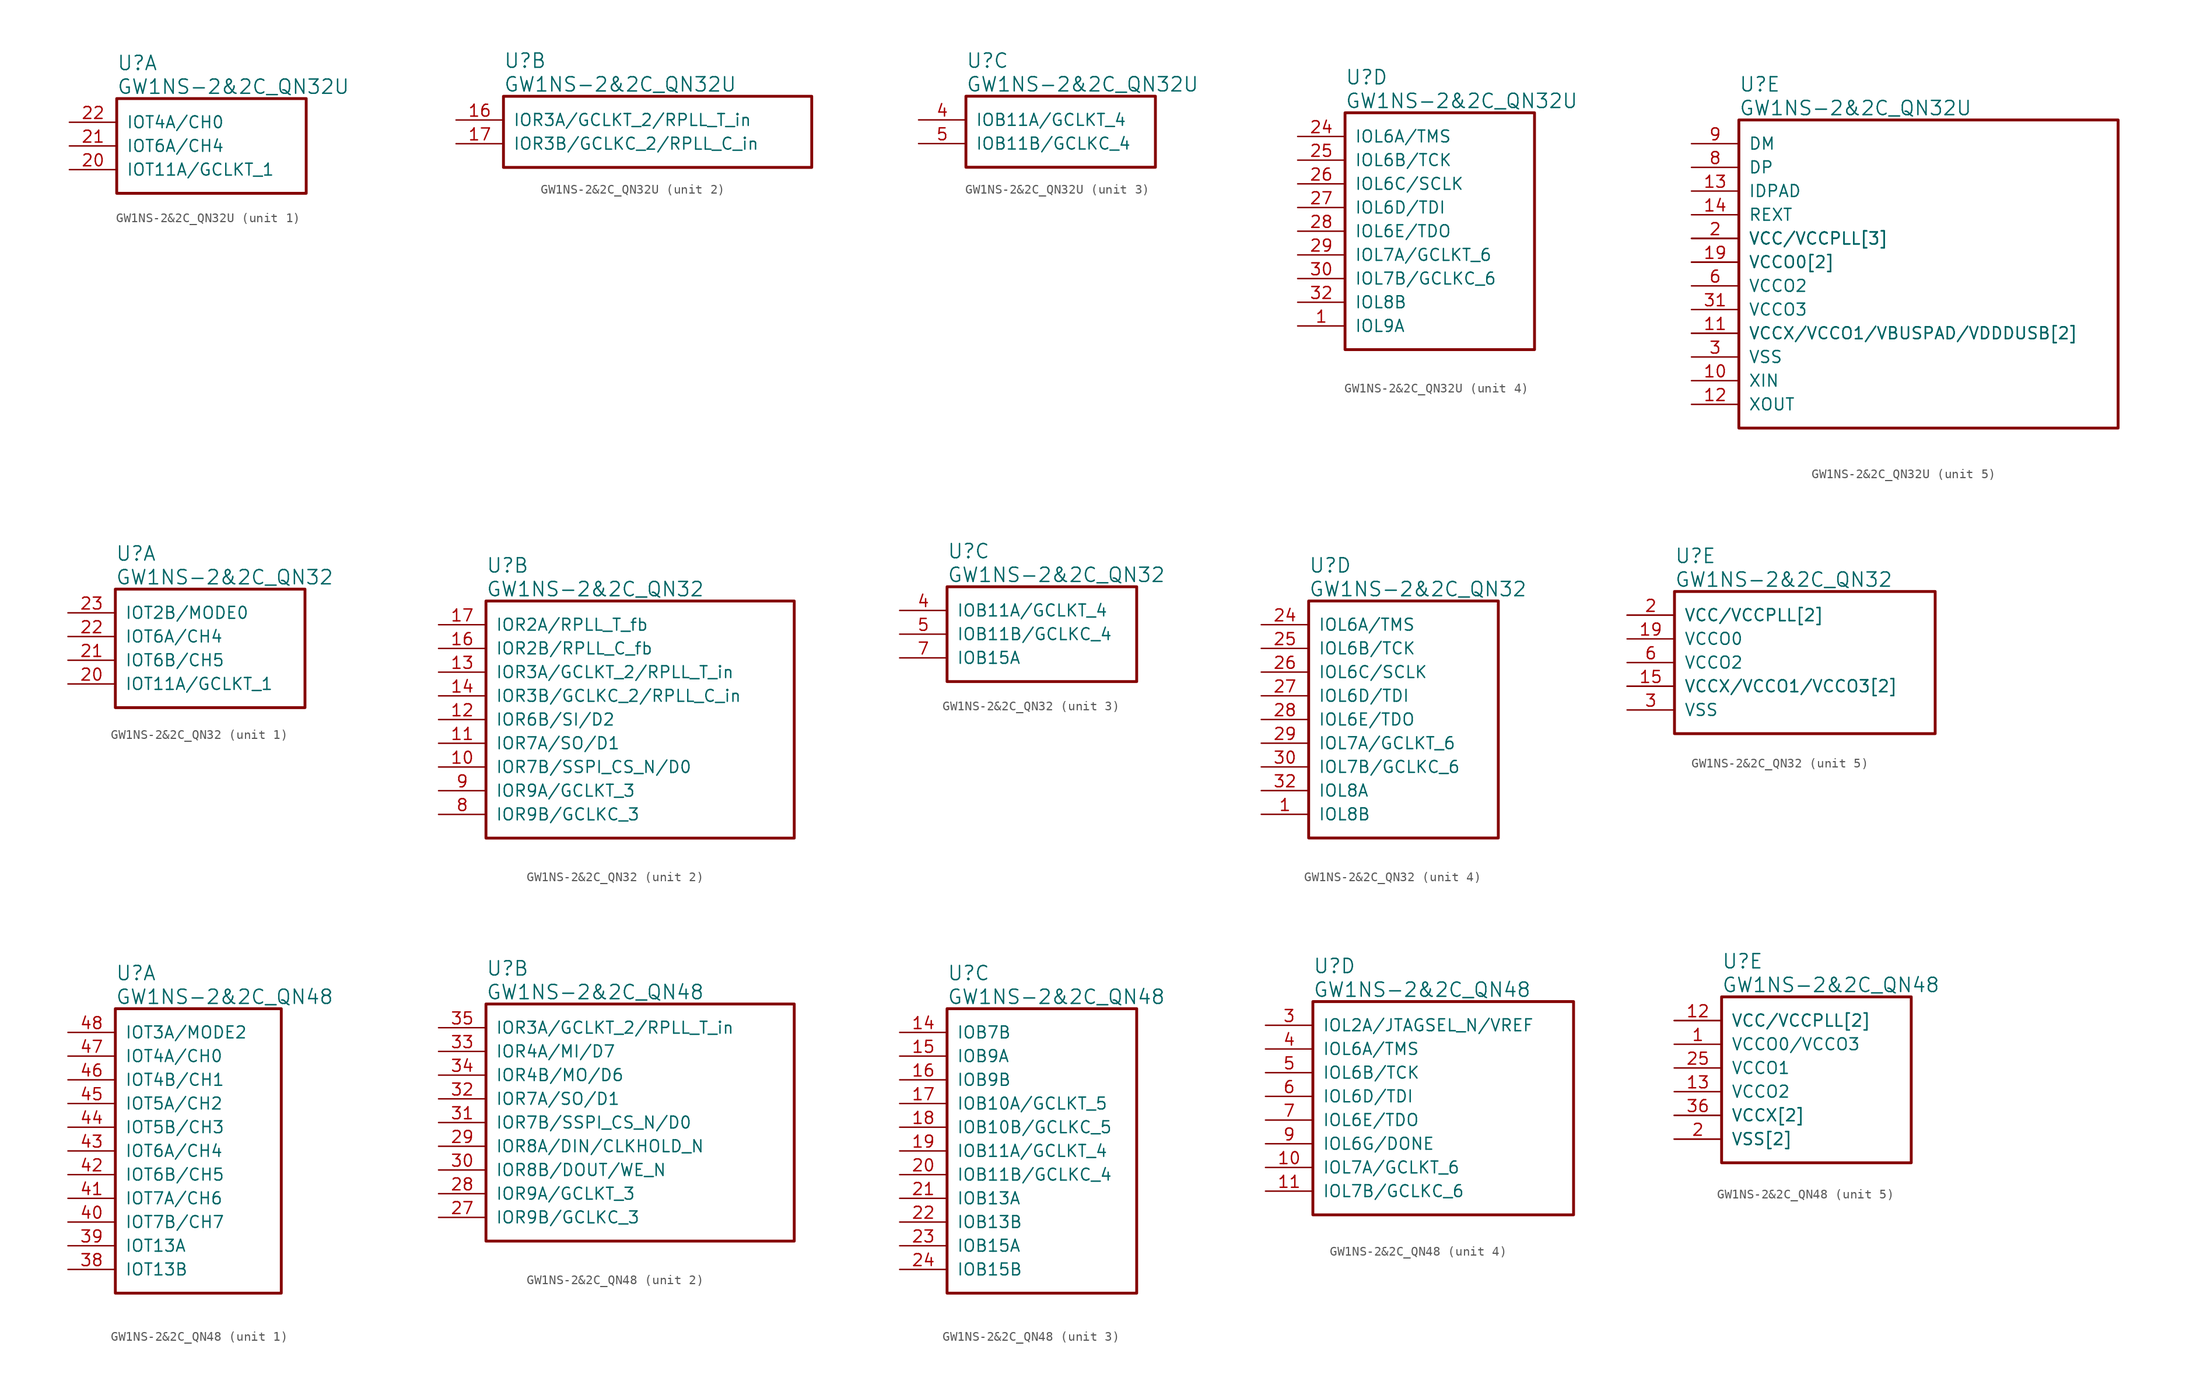
<source format=kicad_sym>
(kicad_symbol_lib
  (version 20241209)
  (generator "kicad_symbol_editor")
  (generator_version "9.0")
  (symbol "GW1NS-2&2C_QN32U"
    (pin_names
      (offset 1.016))
    (property "Reference" "U"
      (at 5.08 6.35 0)
      (effects (font (size 1.524 1.524)) (justify left)))
    (property "Value" "GW1NS-2&2C_QN32U"
      (at 5.08 3.81 0)
      (effects (font (size 1.524 1.524)) (justify left)))
    (property "ki_locked" ""
      (at 0 0 0)
      (effects (font (size 1.27 1.27))))
    (symbol "GW1NS-2&2C_QN32U_1_1"
      (rectangle (start 5.08 2.54) (end 25.4 -7.62) (stroke (width 0.305) (type solid)) (fill (type none)))
      (pin bidirectional line (at 0 0 0) (length 5.08) (name "IOT4A/CH0" (effects (font (size 1.27 1.27)))) (number "22" (effects (font (size 1.27 1.27)))))
      (pin bidirectional line (at 0 -2.54 0) (length 5.08) (name "IOT6A/CH4" (effects (font (size 1.27 1.27)))) (number "21" (effects (font (size 1.27 1.27)))))
      (pin bidirectional line (at 0 -5.08 0) (length 5.08) (name "IOT11A/GCLKT_1" (effects (font (size 1.27 1.27)))) (number "20" (effects (font (size 1.27 1.27))))))
    (symbol "GW1NS-2&2C_QN32U_2_1"
      (rectangle (start 5.08 2.54) (end 38.1 -5.08) (stroke (width 0.305) (type solid)) (fill (type none)))
      (pin bidirectional line (at 0 0 0) (length 5.08) (name "IOR3A/GCLKT_2/RPLL_T_in" (effects (font (size 1.27 1.27)))) (number "16" (effects (font (size 1.27 1.27)))))
      (pin bidirectional line (at 0 -2.54 0) (length 5.08) (name "IOR3B/GCLKC_2/RPLL_C_in" (effects (font (size 1.27 1.27)))) (number "17" (effects (font (size 1.27 1.27))))))
    (symbol "GW1NS-2&2C_QN32U_3_1"
      (rectangle (start 5.08 2.54) (end 25.4 -5.08) (stroke (width 0.305) (type solid)) (fill (type none)))
      (pin bidirectional line (at 0 0 0) (length 5.08) (name "IOB11A/GCLKT_4" (effects (font (size 1.27 1.27)))) (number "4" (effects (font (size 1.27 1.27)))))
      (pin bidirectional line (at 0 -2.54 0) (length 5.08) (name "IOB11B/GCLKC_4" (effects (font (size 1.27 1.27)))) (number "5" (effects (font (size 1.27 1.27))))))
    (symbol "GW1NS-2&2C_QN32U_4_1"
      (rectangle (start 5.08 2.54) (end 25.4 -22.86) (stroke (width 0.305) (type solid)) (fill (type none)))
      (pin bidirectional line (at 0 0 0) (length 5.08) (name "IOL6A/TMS" (effects (font (size 1.27 1.27)))) (number "24" (effects (font (size 1.27 1.27)))))
      (pin bidirectional line (at 0 -2.54 0) (length 5.08) (name "IOL6B/TCK" (effects (font (size 1.27 1.27)))) (number "25" (effects (font (size 1.27 1.27)))))
      (pin bidirectional line (at 0 -5.08 0) (length 5.08) (name "IOL6C/SCLK" (effects (font (size 1.27 1.27)))) (number "26" (effects (font (size 1.27 1.27)))))
      (pin bidirectional line (at 0 -7.62 0) (length 5.08) (name "IOL6D/TDI" (effects (font (size 1.27 1.27)))) (number "27" (effects (font (size 1.27 1.27)))))
      (pin bidirectional line (at 0 -10.16 0) (length 5.08) (name "IOL6E/TDO" (effects (font (size 1.27 1.27)))) (number "28" (effects (font (size 1.27 1.27)))))
      (pin bidirectional line (at 0 -12.7 0) (length 5.08) (name "IOL7A/GCLKT_6" (effects (font (size 1.27 1.27)))) (number "29" (effects (font (size 1.27 1.27)))))
      (pin bidirectional line (at 0 -15.24 0) (length 5.08) (name "IOL7B/GCLKC_6" (effects (font (size 1.27 1.27)))) (number "30" (effects (font (size 1.27 1.27)))))
      (pin bidirectional line (at 0 -17.78 0) (length 5.08) (name "IOL8B" (effects (font (size 1.27 1.27)))) (number "32" (effects (font (size 1.27 1.27)))))
      (pin bidirectional line (at 0 -20.32 0) (length 5.08) (name "IOL9A" (effects (font (size 1.27 1.27)))) (number "1" (effects (font (size 1.27 1.27))))))
    (symbol "GW1NS-2&2C_QN32U_5_1"
      (rectangle (start 5.08 2.54) (end 45.72 -30.48) (stroke (width 0.305) (type solid)) (fill (type none)))
      (pin power_in line (at 0 0 0) (length 5.08) (name "DM" (effects (font (size 1.27 1.27)))) (number "9" (effects (font (size 1.27 1.27)))))
      (pin power_in line (at 0 -2.54 0) (length 5.08) (name "DP" (effects (font (size 1.27 1.27)))) (number "8" (effects (font (size 1.27 1.27)))))
      (pin power_in line (at 0 -5.08 0) (length 5.08) (name "IDPAD" (effects (font (size 1.27 1.27)))) (number "13" (effects (font (size 1.27 1.27)))))
      (pin power_in line (at 0 -7.62 0) (length 5.08) (name "REXT" (effects (font (size 1.27 1.27)))) (number "14" (effects (font (size 1.27 1.27)))))
      (pin power_in line (at 0 -10.16 0) (length 5.08) (name "VCC/VCCPLL[3]" (effects (font (size 1.27 1.27)))) (number "18" (effects (font (size 0 0)))))
      (pin power_in line (at 0 -10.16 0) (length 5.08) (name "VCC/VCCPLL[3]" (effects (font (size 1.27 1.27)))) (number "2" (effects (font (size 1.27 1.27)))))
      (pin power_in line (at 0 -10.16 0) (length 5.08) (name "VCC/VCCPLL[3]" (effects (font (size 1.27 1.27)))) (number "7" (effects (font (size 0 0)))))
      (pin power_in line (at 0 -12.7 0) (length 5.08) (name "VCCO0[2]" (effects (font (size 1.27 1.27)))) (number "19" (effects (font (size 1.27 1.27)))))
      (pin power_in line (at 0 -12.7 0) (length 5.08) (name "VCCO0[2]" (effects (font (size 1.27 1.27)))) (number "23" (effects (font (size 0 0)))))
      (pin power_in line (at 0 -15.24 0) (length 5.08) (name "VCCO2" (effects (font (size 1.27 1.27)))) (number "6" (effects (font (size 1.27 1.27)))))
      (pin power_in line (at 0 -17.78 0) (length 5.08) (name "VCCO3" (effects (font (size 1.27 1.27)))) (number "31" (effects (font (size 1.27 1.27)))))
      (pin power_in line (at 0 -20.32 0) (length 5.08) (name "VCCX/VCCO1/VBUSPAD/VDDDUSB[2]" (effects (font (size 1.27 1.27)))) (number "11" (effects (font (size 1.27 1.27)))))
      (pin power_in line (at 0 -20.32 0) (length 5.08) (name "VCCX/VCCO1/VBUSPAD/VDDDUSB[2]" (effects (font (size 1.27 1.27)))) (number "15" (effects (font (size 0 0)))))
      (pin power_in line (at 0 -22.86 0) (length 5.08) (name "VSS" (effects (font (size 1.27 1.27)))) (number "3" (effects (font (size 1.27 1.27)))))
      (pin power_in line (at 0 -25.4 0) (length 5.08) (name "XIN" (effects (font (size 1.27 1.27)))) (number "10" (effects (font (size 1.27 1.27)))))
      (pin power_in line (at 0 -27.94 0) (length 5.08) (name "XOUT" (effects (font (size 1.27 1.27)))) (number "12" (effects (font (size 1.27 1.27)))))))
  (symbol "GW1NS-2&2C_QN32"
    (pin_names
      (offset 1.016))
    (property "Reference" "U"
      (at 5.08 6.35 0)
      (effects (font (size 1.524 1.524)) (justify left)))
    (property "Value" "GW1NS-2&2C_QN32"
      (at 5.08 3.81 0)
      (effects (font (size 1.524 1.524)) (justify left)))
    (property "ki_locked" ""
      (at 0 0 0)
      (effects (font (size 1.27 1.27))))
    (symbol "GW1NS-2&2C_QN32_1_1"
      (rectangle (start 5.08 2.54) (end 25.4 -10.16) (stroke (width 0.305) (type solid)) (fill (type none)))
      (pin bidirectional line (at 0 0 0) (length 5.08) (name "IOT2B/MODE0" (effects (font (size 1.27 1.27)))) (number "23" (effects (font (size 1.27 1.27)))))
      (pin bidirectional line (at 0 -2.54 0) (length 5.08) (name "IOT6A/CH4" (effects (font (size 1.27 1.27)))) (number "22" (effects (font (size 1.27 1.27)))))
      (pin bidirectional line (at 0 -5.08 0) (length 5.08) (name "IOT6B/CH5" (effects (font (size 1.27 1.27)))) (number "21" (effects (font (size 1.27 1.27)))))
      (pin bidirectional line (at 0 -7.62 0) (length 5.08) (name "IOT11A/GCLKT_1" (effects (font (size 1.27 1.27)))) (number "20" (effects (font (size 1.27 1.27))))))
    (symbol "GW1NS-2&2C_QN32_2_1"
      (rectangle (start 5.08 2.54) (end 38.1 -22.86) (stroke (width 0.305) (type solid)) (fill (type none)))
      (pin bidirectional line (at 0 0 0) (length 5.08) (name "IOR2A/RPLL_T_fb" (effects (font (size 1.27 1.27)))) (number "17" (effects (font (size 1.27 1.27)))))
      (pin bidirectional line (at 0 -2.54 0) (length 5.08) (name "IOR2B/RPLL_C_fb" (effects (font (size 1.27 1.27)))) (number "16" (effects (font (size 1.27 1.27)))))
      (pin bidirectional line (at 0 -5.08 0) (length 5.08) (name "IOR3A/GCLKT_2/RPLL_T_in" (effects (font (size 1.27 1.27)))) (number "13" (effects (font (size 1.27 1.27)))))
      (pin bidirectional line (at 0 -7.62 0) (length 5.08) (name "IOR3B/GCLKC_2/RPLL_C_in" (effects (font (size 1.27 1.27)))) (number "14" (effects (font (size 1.27 1.27)))))
      (pin bidirectional line (at 0 -10.16 0) (length 5.08) (name "IOR6B/SI/D2" (effects (font (size 1.27 1.27)))) (number "12" (effects (font (size 1.27 1.27)))))
      (pin bidirectional line (at 0 -12.7 0) (length 5.08) (name "IOR7A/SO/D1" (effects (font (size 1.27 1.27)))) (number "11" (effects (font (size 1.27 1.27)))))
      (pin bidirectional line (at 0 -15.24 0) (length 5.08) (name "IOR7B/SSPI_CS_N/D0" (effects (font (size 1.27 1.27)))) (number "10" (effects (font (size 1.27 1.27)))))
      (pin bidirectional line (at 0 -17.78 0) (length 5.08) (name "IOR9A/GCLKT_3" (effects (font (size 1.27 1.27)))) (number "9" (effects (font (size 1.27 1.27)))))
      (pin bidirectional line (at 0 -20.32 0) (length 5.08) (name "IOR9B/GCLKC_3" (effects (font (size 1.27 1.27)))) (number "8" (effects (font (size 1.27 1.27))))))
    (symbol "GW1NS-2&2C_QN32_3_1"
      (rectangle (start 5.08 2.54) (end 25.4 -7.62) (stroke (width 0.305) (type solid)) (fill (type none)))
      (pin bidirectional line (at 0 0 0) (length 5.08) (name "IOB11A/GCLKT_4" (effects (font (size 1.27 1.27)))) (number "4" (effects (font (size 1.27 1.27)))))
      (pin bidirectional line (at 0 -2.54 0) (length 5.08) (name "IOB11B/GCLKC_4" (effects (font (size 1.27 1.27)))) (number "5" (effects (font (size 1.27 1.27)))))
      (pin bidirectional line (at 0 -5.08 0) (length 5.08) (name "IOB15A" (effects (font (size 1.27 1.27)))) (number "7" (effects (font (size 1.27 1.27))))))
    (symbol "GW1NS-2&2C_QN32_4_1"
      (rectangle (start 5.08 2.54) (end 25.4 -22.86) (stroke (width 0.305) (type solid)) (fill (type none)))
      (pin bidirectional line (at 0 0 0) (length 5.08) (name "IOL6A/TMS" (effects (font (size 1.27 1.27)))) (number "24" (effects (font (size 1.27 1.27)))))
      (pin bidirectional line (at 0 -2.54 0) (length 5.08) (name "IOL6B/TCK" (effects (font (size 1.27 1.27)))) (number "25" (effects (font (size 1.27 1.27)))))
      (pin bidirectional line (at 0 -5.08 0) (length 5.08) (name "IOL6C/SCLK" (effects (font (size 1.27 1.27)))) (number "26" (effects (font (size 1.27 1.27)))))
      (pin bidirectional line (at 0 -7.62 0) (length 5.08) (name "IOL6D/TDI" (effects (font (size 1.27 1.27)))) (number "27" (effects (font (size 1.27 1.27)))))
      (pin bidirectional line (at 0 -10.16 0) (length 5.08) (name "IOL6E/TDO" (effects (font (size 1.27 1.27)))) (number "28" (effects (font (size 1.27 1.27)))))
      (pin bidirectional line (at 0 -12.7 0) (length 5.08) (name "IOL7A/GCLKT_6" (effects (font (size 1.27 1.27)))) (number "29" (effects (font (size 1.27 1.27)))))
      (pin bidirectional line (at 0 -15.24 0) (length 5.08) (name "IOL7B/GCLKC_6" (effects (font (size 1.27 1.27)))) (number "30" (effects (font (size 1.27 1.27)))))
      (pin bidirectional line (at 0 -17.78 0) (length 5.08) (name "IOL8A" (effects (font (size 1.27 1.27)))) (number "32" (effects (font (size 1.27 1.27)))))
      (pin bidirectional line (at 0 -20.32 0) (length 5.08) (name "IOL8B" (effects (font (size 1.27 1.27)))) (number "1" (effects (font (size 1.27 1.27))))))
    (symbol "GW1NS-2&2C_QN32_5_1"
      (rectangle (start 5.08 2.54) (end 33.02 -12.7) (stroke (width 0.305) (type solid)) (fill (type none)))
      (pin power_in line (at 0 0 0) (length 5.08) (name "VCC/VCCPLL[2]" (effects (font (size 1.27 1.27)))) (number "18" (effects (font (size 0 0)))))
      (pin power_in line (at 0 0 0) (length 5.08) (name "VCC/VCCPLL[2]" (effects (font (size 1.27 1.27)))) (number "2" (effects (font (size 1.27 1.27)))))
      (pin power_in line (at 0 -2.54 0) (length 5.08) (name "VCCO0" (effects (font (size 1.27 1.27)))) (number "19" (effects (font (size 1.27 1.27)))))
      (pin power_in line (at 0 -5.08 0) (length 5.08) (name "VCCO2" (effects (font (size 1.27 1.27)))) (number "6" (effects (font (size 1.27 1.27)))))
      (pin power_in line (at 0 -7.62 0) (length 5.08) (name "VCCX/VCCO1/VCCO3[2]" (effects (font (size 1.27 1.27)))) (number "15" (effects (font (size 1.27 1.27)))))
      (pin power_in line (at 0 -7.62 0) (length 5.08) (name "VCCX/VCCO1/VCCO3[2]" (effects (font (size 1.27 1.27)))) (number "31" (effects (font (size 0 0)))))
      (pin power_in line (at 0 -10.16 0) (length 5.08) (name "VSS" (effects (font (size 1.27 1.27)))) (number "3" (effects (font (size 1.27 1.27)))))))
  (symbol "GW1NS-2&2C_QN48"
    (pin_names
      (offset 1.016))
    (property "Reference" "U"
      (at 5.08 6.35 0)
      (effects (font (size 1.524 1.524)) (justify left)))
    (property "Value" "GW1NS-2&2C_QN48"
      (at 5.08 3.81 0)
      (effects (font (size 1.524 1.524)) (justify left)))
    (property "ki_locked" ""
      (at 0 0 0)
      (effects (font (size 1.27 1.27))))
    (symbol "GW1NS-2&2C_QN48_1_1"
      (rectangle (start 5.08 2.54) (end 22.86 -27.94) (stroke (width 0.305) (type solid)) (fill (type none)))
      (pin bidirectional line (at 0 0 0) (length 5.08) (name "IOT3A/MODE2" (effects (font (size 1.27 1.27)))) (number "48" (effects (font (size 1.27 1.27)))))
      (pin bidirectional line (at 0 -2.54 0) (length 5.08) (name "IOT4A/CH0" (effects (font (size 1.27 1.27)))) (number "47" (effects (font (size 1.27 1.27)))))
      (pin bidirectional line (at 0 -5.08 0) (length 5.08) (name "IOT4B/CH1" (effects (font (size 1.27 1.27)))) (number "46" (effects (font (size 1.27 1.27)))))
      (pin bidirectional line (at 0 -7.62 0) (length 5.08) (name "IOT5A/CH2" (effects (font (size 1.27 1.27)))) (number "45" (effects (font (size 1.27 1.27)))))
      (pin bidirectional line (at 0 -10.16 0) (length 5.08) (name "IOT5B/CH3" (effects (font (size 1.27 1.27)))) (number "44" (effects (font (size 1.27 1.27)))))
      (pin bidirectional line (at 0 -12.7 0) (length 5.08) (name "IOT6A/CH4" (effects (font (size 1.27 1.27)))) (number "43" (effects (font (size 1.27 1.27)))))
      (pin bidirectional line (at 0 -15.24 0) (length 5.08) (name "IOT6B/CH5" (effects (font (size 1.27 1.27)))) (number "42" (effects (font (size 1.27 1.27)))))
      (pin bidirectional line (at 0 -17.78 0) (length 5.08) (name "IOT7A/CH6" (effects (font (size 1.27 1.27)))) (number "41" (effects (font (size 1.27 1.27)))))
      (pin bidirectional line (at 0 -20.32 0) (length 5.08) (name "IOT7B/CH7" (effects (font (size 1.27 1.27)))) (number "40" (effects (font (size 1.27 1.27)))))
      (pin bidirectional line (at 0 -22.86 0) (length 5.08) (name "IOT13A" (effects (font (size 1.27 1.27)))) (number "39" (effects (font (size 1.27 1.27)))))
      (pin bidirectional line (at 0 -25.4 0) (length 5.08) (name "IOT13B" (effects (font (size 1.27 1.27)))) (number "38" (effects (font (size 1.27 1.27))))))
    (symbol "GW1NS-2&2C_QN48_2_1"
      (rectangle (start 5.08 2.54) (end 38.1 -22.86) (stroke (width 0.305) (type solid)) (fill (type none)))
      (pin bidirectional line (at 0 0 0) (length 5.08) (name "IOR3A/GCLKT_2/RPLL_T_in" (effects (font (size 1.27 1.27)))) (number "35" (effects (font (size 1.27 1.27)))))
      (pin bidirectional line (at 0 -2.54 0) (length 5.08) (name "IOR4A/MI/D7" (effects (font (size 1.27 1.27)))) (number "33" (effects (font (size 1.27 1.27)))))
      (pin bidirectional line (at 0 -5.08 0) (length 5.08) (name "IOR4B/MO/D6" (effects (font (size 1.27 1.27)))) (number "34" (effects (font (size 1.27 1.27)))))
      (pin bidirectional line (at 0 -7.62 0) (length 5.08) (name "IOR7A/SO/D1" (effects (font (size 1.27 1.27)))) (number "32" (effects (font (size 1.27 1.27)))))
      (pin bidirectional line (at 0 -10.16 0) (length 5.08) (name "IOR7B/SSPI_CS_N/D0" (effects (font (size 1.27 1.27)))) (number "31" (effects (font (size 1.27 1.27)))))
      (pin bidirectional line (at 0 -12.7 0) (length 5.08) (name "IOR8A/DIN/CLKHOLD_N" (effects (font (size 1.27 1.27)))) (number "29" (effects (font (size 1.27 1.27)))))
      (pin bidirectional line (at 0 -15.24 0) (length 5.08) (name "IOR8B/DOUT/WE_N" (effects (font (size 1.27 1.27)))) (number "30" (effects (font (size 1.27 1.27)))))
      (pin bidirectional line (at 0 -17.78 0) (length 5.08) (name "IOR9A/GCLKT_3" (effects (font (size 1.27 1.27)))) (number "28" (effects (font (size 1.27 1.27)))))
      (pin bidirectional line (at 0 -20.32 0) (length 5.08) (name "IOR9B/GCLKC_3" (effects (font (size 1.27 1.27)))) (number "27" (effects (font (size 1.27 1.27))))))
    (symbol "GW1NS-2&2C_QN48_3_1"
      (rectangle (start 5.08 2.54) (end 25.4 -27.94) (stroke (width 0.305) (type solid)) (fill (type none)))
      (pin bidirectional line (at 0 0 0) (length 5.08) (name "IOB7B" (effects (font (size 1.27 1.27)))) (number "14" (effects (font (size 1.27 1.27)))))
      (pin bidirectional line (at 0 -2.54 0) (length 5.08) (name "IOB9A" (effects (font (size 1.27 1.27)))) (number "15" (effects (font (size 1.27 1.27)))))
      (pin bidirectional line (at 0 -5.08 0) (length 5.08) (name "IOB9B" (effects (font (size 1.27 1.27)))) (number "16" (effects (font (size 1.27 1.27)))))
      (pin bidirectional line (at 0 -7.62 0) (length 5.08) (name "IOB10A/GCLKT_5" (effects (font (size 1.27 1.27)))) (number "17" (effects (font (size 1.27 1.27)))))
      (pin bidirectional line (at 0 -10.16 0) (length 5.08) (name "IOB10B/GCLKC_5" (effects (font (size 1.27 1.27)))) (number "18" (effects (font (size 1.27 1.27)))))
      (pin bidirectional line (at 0 -12.7 0) (length 5.08) (name "IOB11A/GCLKT_4" (effects (font (size 1.27 1.27)))) (number "19" (effects (font (size 1.27 1.27)))))
      (pin bidirectional line (at 0 -15.24 0) (length 5.08) (name "IOB11B/GCLKC_4" (effects (font (size 1.27 1.27)))) (number "20" (effects (font (size 1.27 1.27)))))
      (pin bidirectional line (at 0 -17.78 0) (length 5.08) (name "IOB13A" (effects (font (size 1.27 1.27)))) (number "21" (effects (font (size 1.27 1.27)))))
      (pin bidirectional line (at 0 -20.32 0) (length 5.08) (name "IOB13B" (effects (font (size 1.27 1.27)))) (number "22" (effects (font (size 1.27 1.27)))))
      (pin bidirectional line (at 0 -22.86 0) (length 5.08) (name "IOB15A" (effects (font (size 1.27 1.27)))) (number "23" (effects (font (size 1.27 1.27)))))
      (pin bidirectional line (at 0 -25.4 0) (length 5.08) (name "IOB15B" (effects (font (size 1.27 1.27)))) (number "24" (effects (font (size 1.27 1.27))))))
    (symbol "GW1NS-2&2C_QN48_4_1"
      (rectangle (start 5.08 2.54) (end 33.02 -20.32) (stroke (width 0.305) (type solid)) (fill (type none)))
      (pin bidirectional line (at 0 0 0) (length 5.08) (name "IOL2A/JTAGSEL_N/VREF" (effects (font (size 1.27 1.27)))) (number "3" (effects (font (size 1.27 1.27)))))
      (pin bidirectional line (at 0 -2.54 0) (length 5.08) (name "IOL6A/TMS" (effects (font (size 1.27 1.27)))) (number "4" (effects (font (size 1.27 1.27)))))
      (pin bidirectional line (at 0 -5.08 0) (length 5.08) (name "IOL6B/TCK" (effects (font (size 1.27 1.27)))) (number "5" (effects (font (size 1.27 1.27)))))
      (pin bidirectional line (at 0 -7.62 0) (length 5.08) (name "IOL6D/TDI" (effects (font (size 1.27 1.27)))) (number "6" (effects (font (size 1.27 1.27)))))
      (pin bidirectional line (at 0 -10.16 0) (length 5.08) (name "IOL6E/TDO" (effects (font (size 1.27 1.27)))) (number "7" (effects (font (size 1.27 1.27)))))
      (pin bidirectional line (at 0 -12.7 0) (length 5.08) (name "IOL6G/DONE" (effects (font (size 1.27 1.27)))) (number "9" (effects (font (size 1.27 1.27)))))
      (pin bidirectional line (at 0 -15.24 0) (length 5.08) (name "IOL7A/GCLKT_6" (effects (font (size 1.27 1.27)))) (number "10" (effects (font (size 1.27 1.27)))))
      (pin bidirectional line (at 0 -17.78 0) (length 5.08) (name "IOL7B/GCLKC_6" (effects (font (size 1.27 1.27)))) (number "11" (effects (font (size 1.27 1.27))))))
    (symbol "GW1NS-2&2C_QN48_5_1"
      (rectangle (start 5.08 2.54) (end 25.4 -15.24) (stroke (width 0.305) (type solid)) (fill (type none)))
      (pin power_in line (at 0 0 0) (length 5.08) (name "VCC/VCCPLL[2]" (effects (font (size 1.27 1.27)))) (number "12" (effects (font (size 1.27 1.27)))))
      (pin power_in line (at 0 0 0) (length 5.08) (name "VCC/VCCPLL[2]" (effects (font (size 1.27 1.27)))) (number "37" (effects (font (size 0 0)))))
      (pin power_in line (at 0 -2.54 0) (length 5.08) (name "VCCO0/VCCO3" (effects (font (size 1.27 1.27)))) (number "1" (effects (font (size 1.27 1.27)))))
      (pin power_in line (at 0 -5.08 0) (length 5.08) (name "VCCO1" (effects (font (size 1.27 1.27)))) (number "25" (effects (font (size 1.27 1.27)))))
      (pin power_in line (at 0 -7.62 0) (length 5.08) (name "VCCO2" (effects (font (size 1.27 1.27)))) (number "13" (effects (font (size 1.27 1.27)))))
      (pin power_in line (at 0 -10.16 0) (length 5.08) (name "VCCX[2]" (effects (font (size 1.27 1.27)))) (number "36" (effects (font (size 1.27 1.27)))))
      (pin power_in line (at 0 -10.16 0) (length 5.08) (name "VCCX[2]" (effects (font (size 1.27 1.27)))) (number "8" (effects (font (size 0 0)))))
      (pin power_in line (at 0 -12.7 0) (length 5.08) (name "VSS[2]" (effects (font (size 1.27 1.27)))) (number "2" (effects (font (size 1.27 1.27)))))
      (pin power_in line (at 0 -12.7 0) (length 5.08) (name "VSS[2]" (effects (font (size 1.27 1.27)))) (number "26" (effects (font (size 0 0))))))))
</source>
